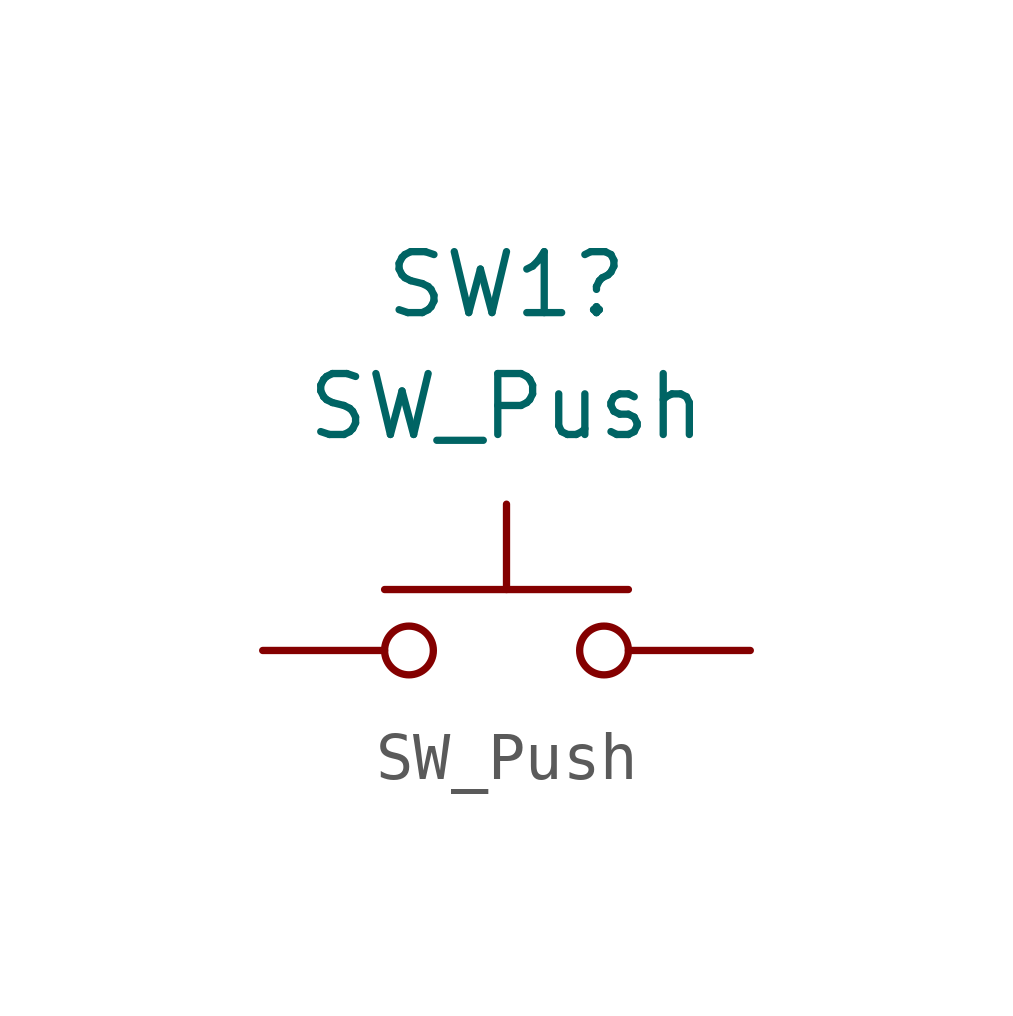
<source format=kicad_sym>
(kicad_symbol_lib
  (version 20231120)
  (generator "kicad_symbol_editor")
  (generator_version "8.0")
  (symbol "SW_Push"
    (pin_numbers hide)
    (pin_names
      (offset 1.016) hide)
    (property "Reference" "SW1"
      (at 0 7.62 0)
      (effects (font (size 1.27 1.27))))
    (property "Value" "SW_Push"
      (at 0 5.08 0)
      (effects (font (size 1.27 1.27))))
    (symbol "SW_Push_0_1"
      (circle (center -2.032 0) (radius 0.508) (stroke (width 0) (type default)) (fill (type none)))
      (polyline (pts (xy 0 1.27) (xy 0 3.048)) (stroke (width 0) (type default)) (fill (type none)))
      (polyline (pts (xy 2.54 1.27) (xy -2.54 1.27)) (stroke (width 0) (type default)) (fill (type none)))
      (circle (center 2.032 0) (radius 0.508) (stroke (width 0) (type default)) (fill (type none)))
      (pin passive line (at -5.08 0 0) (length 2.54) (name "1" (effects (font (size 1.27 1.27)))) (number "1" (effects (font (size 1.27 1.27)))))
      (pin passive line (at 5.08 0 180) (length 2.54) (name "2" (effects (font (size 1.27 1.27)))) (number "2" (effects (font (size 1.27 1.27))))))))
</source>
